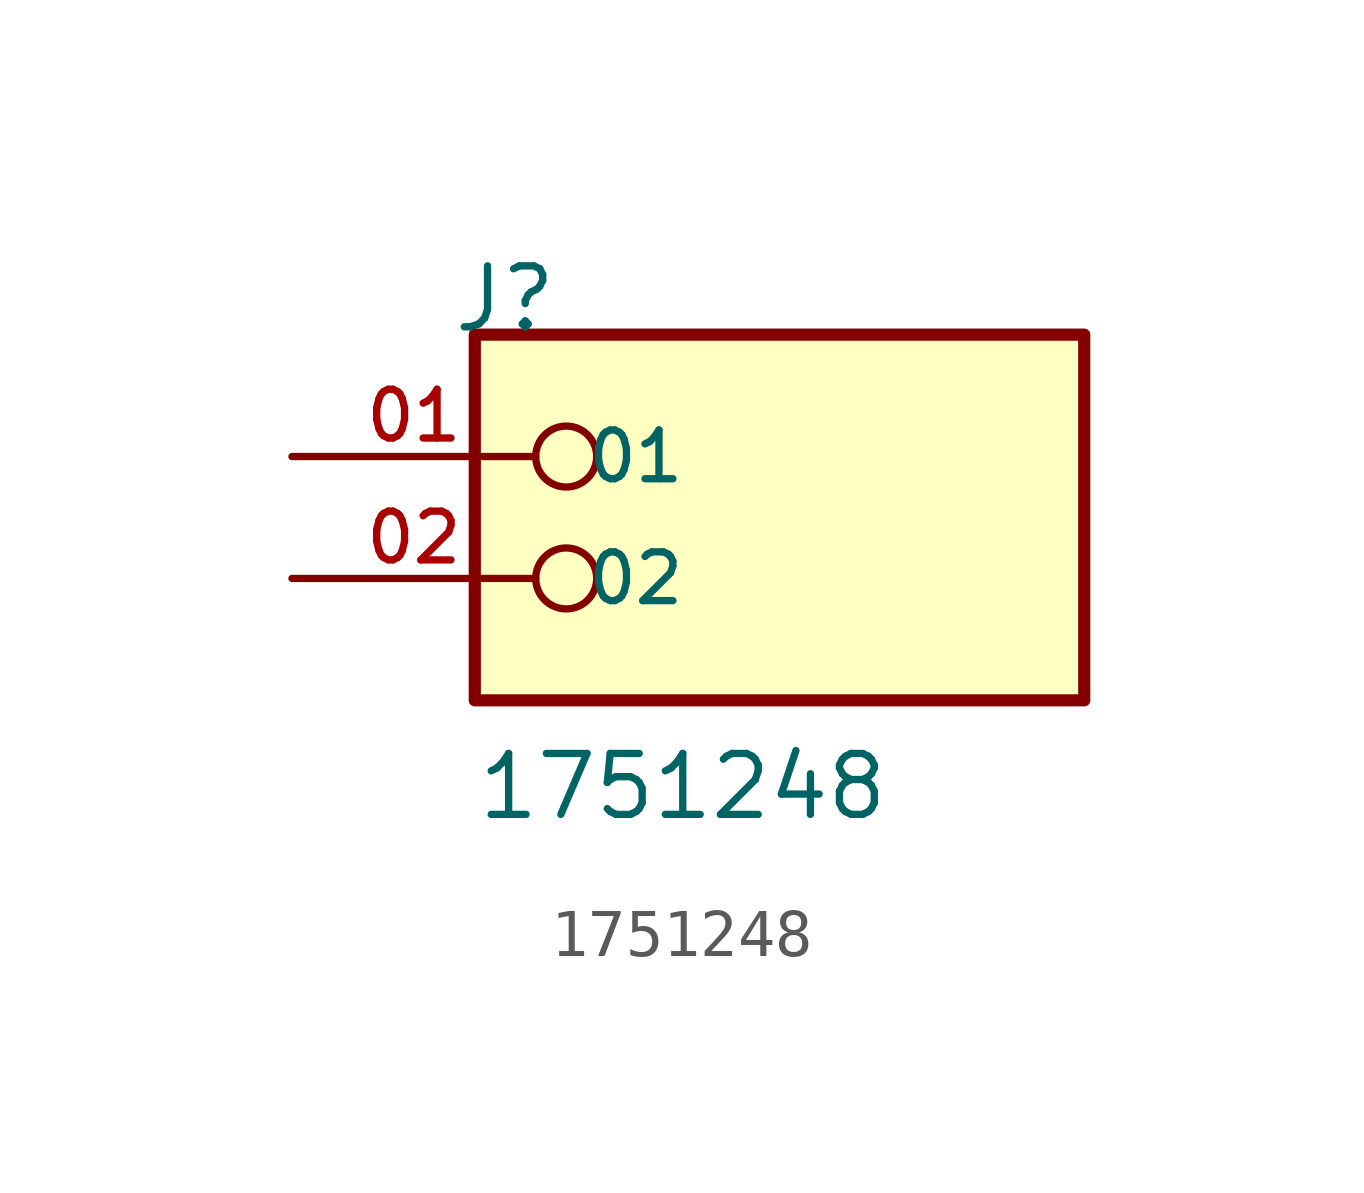
<source format=kicad_sym>
(kicad_symbol_lib
  (version 20220914)
  (generator kicad_symbol_editor)
  (symbol "1751248"
    (pin_names
      (offset 1.016))
    (property "Reference" "J"
      (at -6.85 5.08 0)
      (effects (font (size 1.27 1.27)) (justify left bottom)))
    (property "Value" "1751248"
      (at -6.35 -5.08 0)
      (effects (font (size 1.27 1.27)) (justify left bottom)))
    (symbol "1751248_0_0"
      (rectangle (start -6.35 -2.54) (end 6.35 5.08) (stroke (width 0.254) (type default)) (fill (type background)))
      (circle (center -4.445 0) (radius 0.635) (stroke (width 0.152) (type default)) (fill (type none)))
      (circle (center -4.445 2.54) (radius 0.635) (stroke (width 0.152) (type default)) (fill (type none)))
      (pin passive line (at -10.16 2.54 0) (length 5.08) (name "01" (effects (font (size 1.016 1.016)))) (number "01" (effects (font (size 1.016 1.016)))))
      (pin passive line (at -10.16 0 0) (length 5.08) (name "02" (effects (font (size 1.016 1.016)))) (number "02" (effects (font (size 1.016 1.016))))))))
</source>
